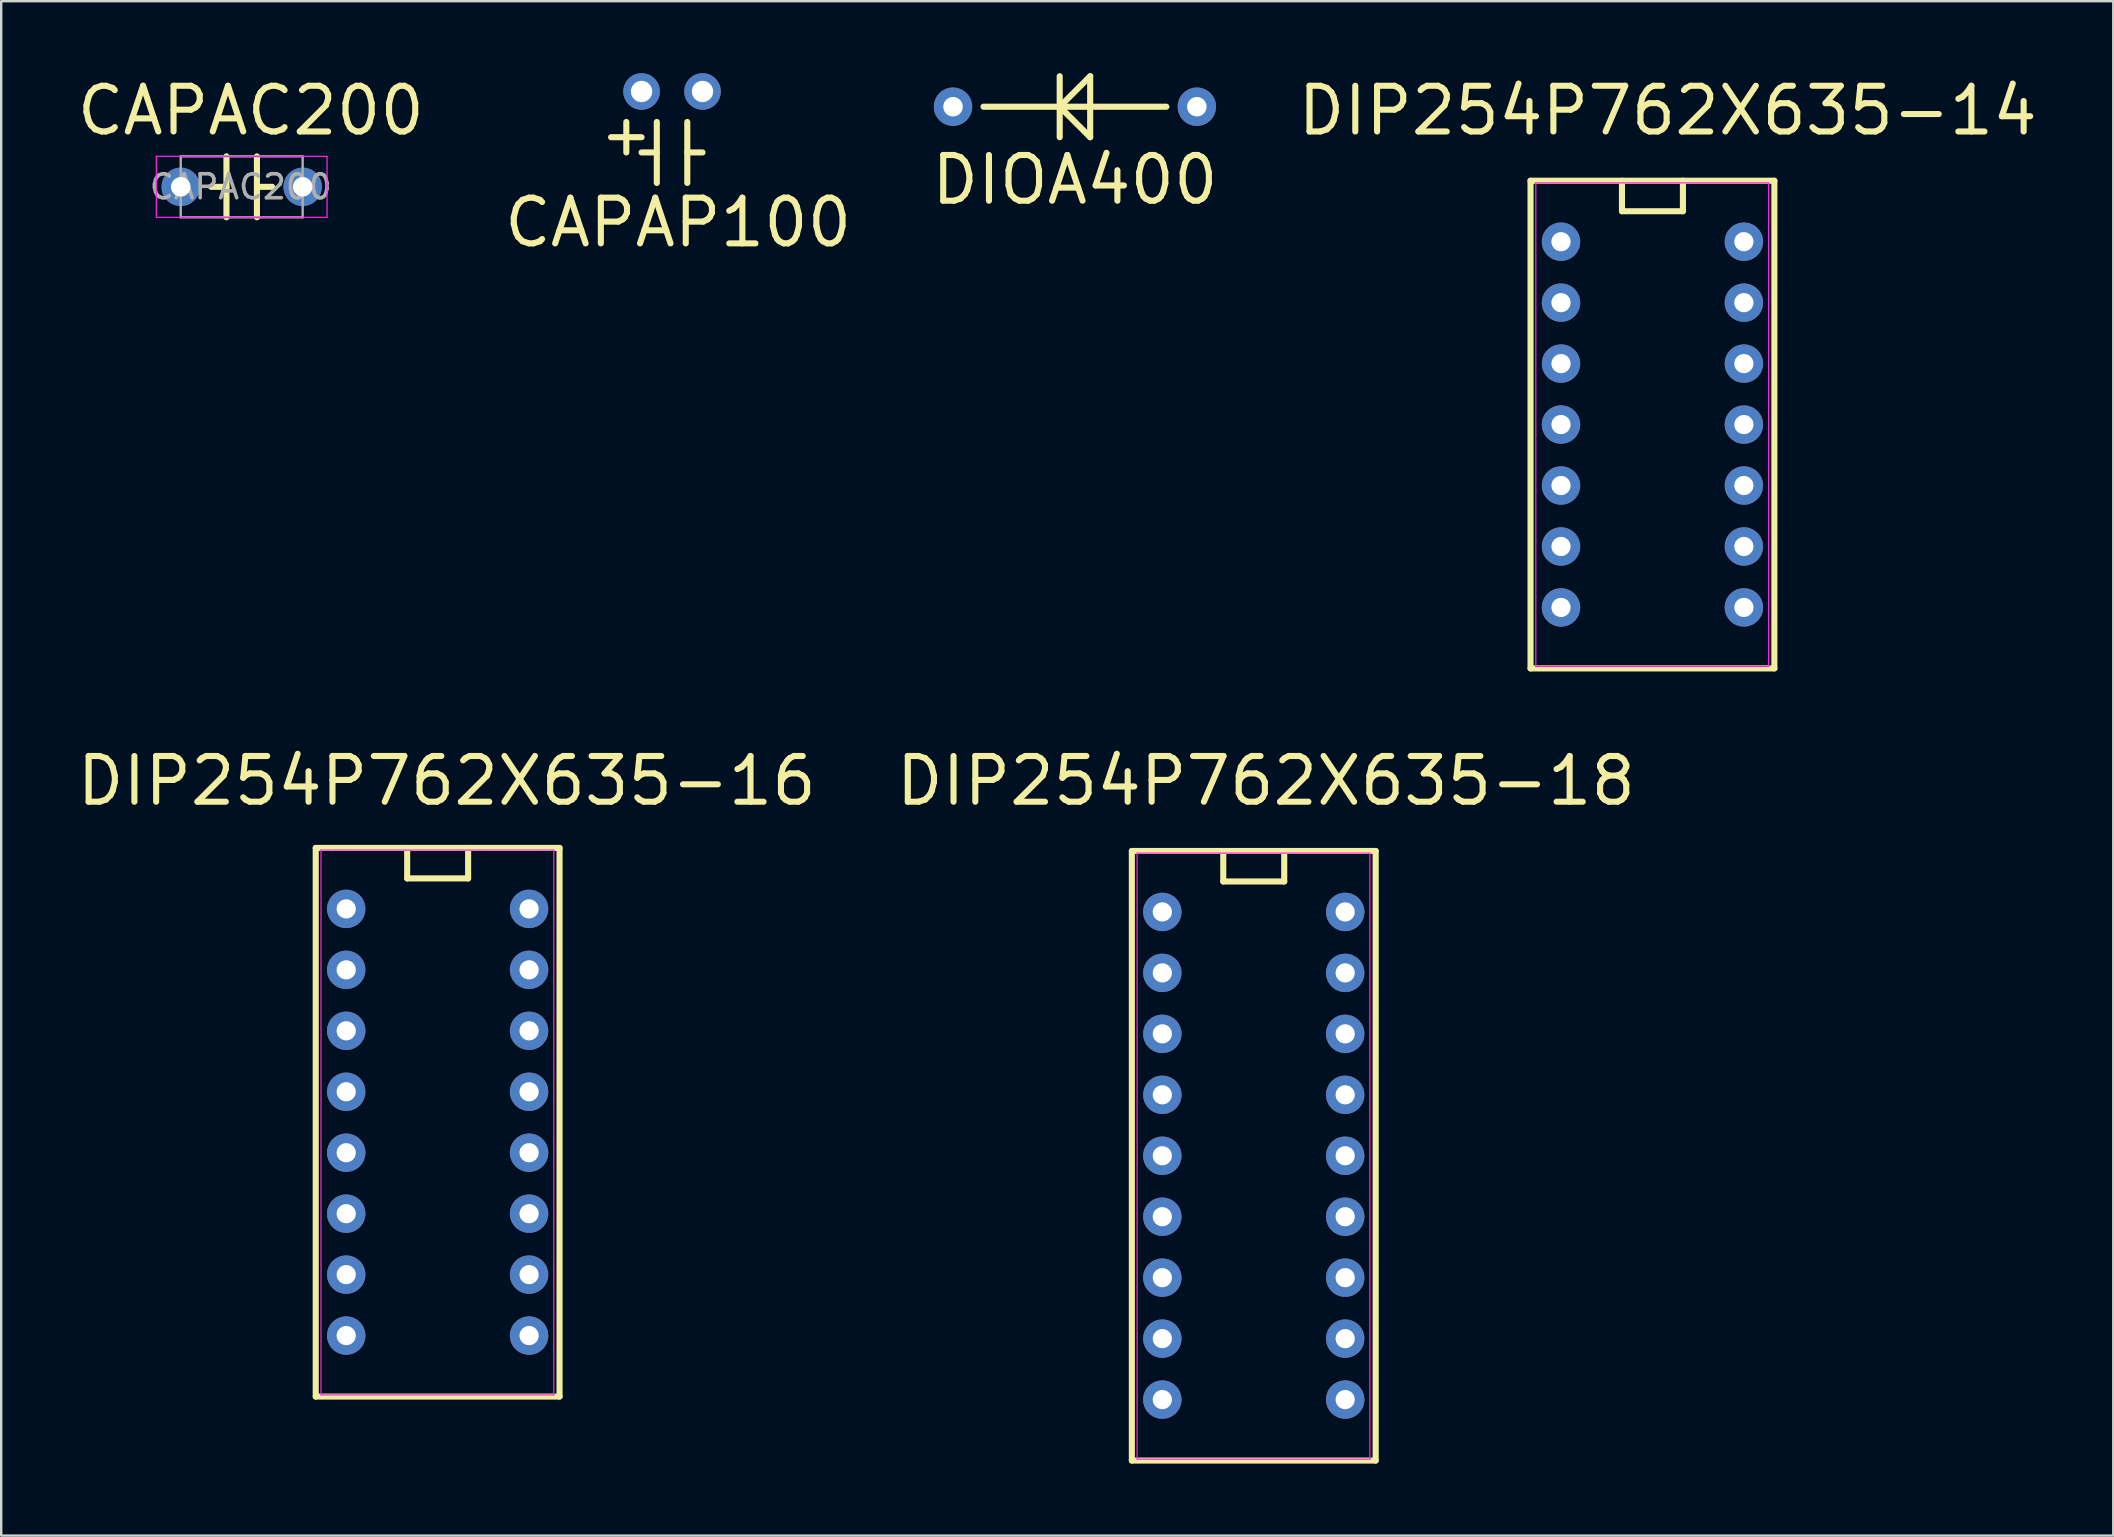
<source format=kicad_pcb>
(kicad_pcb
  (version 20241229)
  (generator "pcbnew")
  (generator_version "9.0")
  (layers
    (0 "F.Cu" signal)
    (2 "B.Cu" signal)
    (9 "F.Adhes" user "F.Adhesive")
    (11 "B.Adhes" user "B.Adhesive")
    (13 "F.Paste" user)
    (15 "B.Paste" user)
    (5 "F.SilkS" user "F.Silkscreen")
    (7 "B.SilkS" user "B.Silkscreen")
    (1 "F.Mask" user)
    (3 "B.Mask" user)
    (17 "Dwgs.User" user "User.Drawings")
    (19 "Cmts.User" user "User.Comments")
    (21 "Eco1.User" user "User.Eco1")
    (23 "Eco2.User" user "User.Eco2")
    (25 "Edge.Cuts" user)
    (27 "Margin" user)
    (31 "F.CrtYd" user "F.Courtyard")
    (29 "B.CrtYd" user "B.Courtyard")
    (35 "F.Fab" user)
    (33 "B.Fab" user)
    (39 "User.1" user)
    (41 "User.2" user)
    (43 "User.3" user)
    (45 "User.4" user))
  (footprint "CAPAC200"
    (layer "F.Cu")
    (at 4.481 4.735)
    (property "Reference" "CAPAC200" (at 2.921 -3.175 180) (layer "F.SilkS") (effects (font (size 1.905 1.905) (thickness 0.254))))
    (attr through_hole)
    (fp_line (start 1.27 0) (end 1.905 0) (stroke (width 0.254) (type solid)) (layer "F.SilkS"))
    (fp_line (start 1.905 -1.27) (end 1.905 1.27) (stroke (width 0.254) (type solid)) (layer "F.SilkS"))
    (fp_line (start 3.175 -1.27) (end 3.175 1.27) (stroke (width 0.254) (type solid)) (layer "F.SilkS"))
    (fp_line (start 3.81 0) (end 3.175 0) (stroke (width 0.254) (type solid)) (layer "F.SilkS"))
    (fp_line (start -1.016 -1.27) (end -1.016 1.27) (stroke (width 0.05) (type solid)) (layer "F.CrtYd"))
    (fp_line (start -1.016 1.27) (end 6.096 1.27) (stroke (width 0.05) (type solid)) (layer "F.CrtYd"))
    (fp_line (start 6.096 -1.27) (end -1.016 -1.27) (stroke (width 0.05) (type solid)) (layer "F.CrtYd"))
    (fp_line (start 6.096 1.27) (end 6.096 -1.27) (stroke (width 0.05) (type solid)) (layer "F.CrtYd"))
    (fp_line (start 0 -1.27) (end 0 1.27) (stroke (width 0.1) (type solid)) (layer "F.Fab"))
    (fp_line (start 0 1.27) (end 5.08 1.27) (stroke (width 0.1) (type solid)) (layer "F.Fab"))
    (fp_line (start 5.08 -1.27) (end 0 -1.27) (stroke (width 0.1) (type solid)) (layer "F.Fab"))
    (fp_line (start 5.08 1.27) (end 5.08 -1.27) (stroke (width 0.1) (type solid)) (layer "F.Fab"))
    (fp_text user "${REFERENCE}" (at 2.5 0 0) (layer "F.Fab") (effects (font (size 1 1) (thickness 0.15))))
    (pad "1" thru_hole circle (at 0 0) (size 1.6 1.6) (drill 0.813) (layers "*.Cu" "*.Mask"))
    (pad "2" thru_hole circle (at 5.08 0) (size 1.6 1.6) (drill 0.813) (layers "*.Cu" "*.Mask")))
  (footprint "DIP254P762X635-16"
    (layer "F.Cu")
    (at 11.376 34.822)
    (property "Reference" "DIP254P762X635-16" (at 4.191 -5.334 0) (layer "F.SilkS") (effects (font (size 1.905 1.905) (thickness 0.254))))
    (attr through_hole)
    (fp_line (start -1.27 -2.54) (end 8.89 -2.54) (stroke (width 0.254) (type solid)) (layer "F.SilkS"))
    (fp_line (start -1.27 20.32) (end -1.27 -2.54) (stroke (width 0.254) (type solid)) (layer "F.SilkS"))
    (fp_line (start 2.54 -2.54) (end 2.54 -1.27) (stroke (width 0.254) (type solid)) (layer "F.SilkS"))
    (fp_line (start 2.54 -1.27) (end 5.08 -1.27) (stroke (width 0.254) (type solid)) (layer "F.SilkS"))
    (fp_line (start 5.08 -1.27) (end 5.08 -2.54) (stroke (width 0.254) (type solid)) (layer "F.SilkS"))
    (fp_line (start 8.89 -2.54) (end 8.89 20.32) (stroke (width 0.254) (type solid)) (layer "F.SilkS"))
    (fp_line (start 8.89 20.32) (end -1.27 20.32) (stroke (width 0.254) (type solid)) (layer "F.SilkS"))
    (fp_line (start -1.05 -2.45) (end -1.05 20.25) (stroke (width 0.05) (type solid)) (layer "F.CrtYd"))
    (fp_line (start -1.05 -2.45) (end 8.65 -2.45) (stroke (width 0.05) (type solid)) (layer "F.CrtYd"))
    (fp_line (start -1.05 20.25) (end 8.65 20.25) (stroke (width 0.05) (type solid)) (layer "F.CrtYd"))
    (fp_line (start 8.65 -2.45) (end 8.65 20.25) (stroke (width 0.05) (type solid)) (layer "F.CrtYd"))
    (pad "1" thru_hole circle (at 0 0) (size 1.6 1.6) (drill 0.8) (layers "*.Cu" "*.Mask"))
    (pad "2" thru_hole oval (at 0 2.54) (size 1.6 1.6) (drill 0.8) (layers "*.Cu" "*.Mask"))
    (pad "3" thru_hole oval (at 0 5.08) (size 1.6 1.6) (drill 0.8) (layers "*.Cu" "*.Mask"))
    (pad "4" thru_hole oval (at 0 7.62) (size 1.6 1.6) (drill 0.8) (layers "*.Cu" "*.Mask"))
    (pad "5" thru_hole oval (at 0 10.16) (size 1.6 1.6) (drill 0.8) (layers "*.Cu" "*.Mask"))
    (pad "6" thru_hole oval (at 0 12.7) (size 1.6 1.6) (drill 0.8) (layers "*.Cu" "*.Mask"))
    (pad "7" thru_hole oval (at 0 15.24) (size 1.6 1.6) (drill 0.8) (layers "*.Cu" "*.Mask"))
    (pad "8" thru_hole oval (at 0 17.78) (size 1.6 1.6) (drill 0.8) (layers "*.Cu" "*.Mask"))
    (pad "9" thru_hole oval (at 7.62 17.78) (size 1.6 1.6) (drill 0.8) (layers "*.Cu" "*.Mask"))
    (pad "10" thru_hole oval (at 7.62 15.24) (size 1.6 1.6) (drill 0.8) (layers "*.Cu" "*.Mask"))
    (pad "11" thru_hole oval (at 7.62 12.7) (size 1.6 1.6) (drill 0.8) (layers "*.Cu" "*.Mask"))
    (pad "12" thru_hole oval (at 7.62 10.16) (size 1.6 1.6) (drill 0.8) (layers "*.Cu" "*.Mask"))
    (pad "13" thru_hole oval (at 7.62 7.62) (size 1.6 1.6) (drill 0.8) (layers "*.Cu" "*.Mask"))
    (pad "14" thru_hole oval (at 7.62 5.08) (size 1.6 1.6) (drill 0.8) (layers "*.Cu" "*.Mask"))
    (pad "15" thru_hole oval (at 7.62 2.54) (size 1.6 1.6) (drill 0.8) (layers "*.Cu" "*.Mask"))
    (pad "16" thru_hole oval (at 7.62 0) (size 1.6 1.6) (drill 0.8) (layers "*.Cu" "*.Mask")))
  (footprint "DIP254P762X635-18"
    (layer "F.Cu")
    (at 45.382 34.949)
    (property "Reference" "DIP254P762X635-18" (at 4.318 -5.461 0) (layer "F.SilkS") (effects (font (size 1.905 1.905) (thickness 0.254))))
    (attr through_hole)
    (fp_line (start -1.27 -2.54) (end -1.27 22.86) (stroke (width 0.254) (type solid)) (layer "F.SilkS"))
    (fp_line (start -1.27 22.86) (end 8.89 22.86) (stroke (width 0.254) (type solid)) (layer "F.SilkS"))
    (fp_line (start 2.54 -2.54) (end 2.54 -1.27) (stroke (width 0.254) (type solid)) (layer "F.SilkS"))
    (fp_line (start 2.54 -1.27) (end 5.08 -1.27) (stroke (width 0.254) (type solid)) (layer "F.SilkS"))
    (fp_line (start 5.08 -1.27) (end 5.08 -2.54) (stroke (width 0.254) (type solid)) (layer "F.SilkS"))
    (fp_line (start 8.89 -2.54) (end -1.27 -2.54) (stroke (width 0.254) (type solid)) (layer "F.SilkS"))
    (fp_line (start 8.89 22.86) (end 8.89 -2.54) (stroke (width 0.254) (type solid)) (layer "F.SilkS"))
    (fp_line (start -1.05 -2.45) (end -1.05 22.8) (stroke (width 0.05) (type solid)) (layer "F.CrtYd"))
    (fp_line (start -1.05 -2.45) (end 8.65 -2.45) (stroke (width 0.05) (type solid)) (layer "F.CrtYd"))
    (fp_line (start -1.05 22.8) (end 8.65 22.8) (stroke (width 0.05) (type solid)) (layer "F.CrtYd"))
    (fp_line (start 8.65 -2.45) (end 8.65 22.8) (stroke (width 0.05) (type solid)) (layer "F.CrtYd"))
    (pad "1" thru_hole circle (at 0 0) (size 1.6 1.6) (drill 0.8) (layers "*.Cu" "*.Mask"))
    (pad "2" thru_hole oval (at 0 2.54) (size 1.6 1.6) (drill 0.8) (layers "*.Cu" "*.Mask"))
    (pad "3" thru_hole oval (at 0 5.08) (size 1.6 1.6) (drill 0.8) (layers "*.Cu" "*.Mask"))
    (pad "4" thru_hole oval (at 0 7.62) (size 1.6 1.6) (drill 0.8) (layers "*.Cu" "*.Mask"))
    (pad "5" thru_hole oval (at 0 10.16) (size 1.6 1.6) (drill 0.8) (layers "*.Cu" "*.Mask"))
    (pad "6" thru_hole oval (at 0 12.7) (size 1.6 1.6) (drill 0.8) (layers "*.Cu" "*.Mask"))
    (pad "7" thru_hole oval (at 0 15.24) (size 1.6 1.6) (drill 0.8) (layers "*.Cu" "*.Mask"))
    (pad "8" thru_hole oval (at 0 17.78) (size 1.6 1.6) (drill 0.8) (layers "*.Cu" "*.Mask"))
    (pad "9" thru_hole oval (at 0 20.32) (size 1.6 1.6) (drill 0.8) (layers "*.Cu" "*.Mask"))
    (pad "10" thru_hole oval (at 7.62 20.32) (size 1.6 1.6) (drill 0.8) (layers "*.Cu" "*.Mask"))
    (pad "11" thru_hole oval (at 7.62 17.78) (size 1.6 1.6) (drill 0.8) (layers "*.Cu" "*.Mask"))
    (pad "12" thru_hole oval (at 7.62 15.24) (size 1.6 1.6) (drill 0.8) (layers "*.Cu" "*.Mask"))
    (pad "13" thru_hole oval (at 7.62 12.7) (size 1.6 1.6) (drill 0.8) (layers "*.Cu" "*.Mask"))
    (pad "14" thru_hole oval (at 7.62 10.16) (size 1.6 1.6) (drill 0.8) (layers "*.Cu" "*.Mask"))
    (pad "15" thru_hole oval (at 7.62 7.62) (size 1.6 1.6) (drill 0.8) (layers "*.Cu" "*.Mask"))
    (pad "16" thru_hole oval (at 7.62 5.08) (size 1.6 1.6) (drill 0.8) (layers "*.Cu" "*.Mask"))
    (pad "17" thru_hole oval (at 7.62 2.54) (size 1.6 1.6) (drill 0.8) (layers "*.Cu" "*.Mask"))
    (pad "18" thru_hole oval (at 7.62 0) (size 1.6 1.6) (drill 0.8) (layers "*.Cu" "*.Mask")))
  (footprint "DIOA400"
    (layer "F.Cu")
    (at 36.661 1.397)
    (property "Reference" "DIOA400" (at 5.08 3.048 0) (layer "F.SilkS") (effects (font (size 1.905 1.905) (thickness 0.254))))
    (attr through_hole)
    (fp_line (start 4.445 -1.27) (end 4.445 1.27) (stroke (width 0.254) (type solid)) (layer "F.SilkS"))
    (fp_line (start 4.445 0) (end 5.715 1.27) (stroke (width 0.254) (type solid)) (layer "F.SilkS"))
    (fp_line (start 5.715 -1.27) (end 4.445 0) (stroke (width 0.254) (type solid)) (layer "F.SilkS"))
    (fp_line (start 5.715 1.27) (end 5.715 -1.27) (stroke (width 0.254) (type solid)) (layer "F.SilkS"))
    (fp_line (start 8.89 0) (end 1.27 0) (stroke (width 0.254) (type solid)) (layer "F.SilkS"))
    (pad "1" thru_hole circle (at 0 0) (size 1.6 1.6) (drill 0.813) (layers "*.Cu" "*.Mask"))
    (pad "2" thru_hole circle (at 10.16 0) (size 1.6 1.6) (drill 0.813) (layers "*.Cu" "*.Mask")))
  (footprint "CAPAP100"
    (layer "F.Cu")
    (at 23.683 0.762)
    (property "Reference" "CAPAP100" (at 1.524 5.461 180) (layer "F.SilkS") (effects (font (size 1.905 1.905) (thickness 0.254))))
    (attr through_hole)
    (fp_line (start -1.27 1.905) (end 0 1.905) (stroke (width 0.254) (type solid)) (layer "F.SilkS"))
    (fp_line (start -0.635 1.27) (end -0.635 2.54) (stroke (width 0.254) (type solid)) (layer "F.SilkS"))
    (fp_line (start 0 2.54) (end 0.635 2.54) (stroke (width 0.254) (type solid)) (layer "F.SilkS"))
    (fp_line (start 0.635 1.27) (end 0.635 3.81) (stroke (width 0.254) (type solid)) (layer "F.SilkS"))
    (fp_line (start 1.905 1.27) (end 1.905 3.81) (stroke (width 0.254) (type solid)) (layer "F.SilkS"))
    (fp_line (start 2.54 2.54) (end 1.905 2.54) (stroke (width 0.254) (type solid)) (layer "F.SilkS"))
    (pad "1" thru_hole circle (at 0 0) (size 1.524 1.524) (drill 0.889) (layers "*.Cu" "*.Mask"))
    (pad "2" thru_hole circle (at 2.54 0) (size 1.524 1.524) (drill 0.889) (layers "*.Cu" "*.Mask")))
  (footprint "DIP254P762X635-14"
    (layer "F.Cu")
    (at 61.995 7.021)
    (property "Reference" "DIP254P762X635-14" (at 4.445 -5.461 0) (layer "F.SilkS") (effects (font (size 1.905 1.905) (thickness 0.254))))
    (attr through_hole)
    (fp_line (start -1.27 -2.54) (end -1.27 17.78) (stroke (width 0.254) (type solid)) (layer "F.SilkS"))
    (fp_line (start -1.27 17.78) (end 8.89 17.78) (stroke (width 0.254) (type solid)) (layer "F.SilkS"))
    (fp_line (start 2.54 -2.54) (end 2.54 -1.27) (stroke (width 0.254) (type solid)) (layer "F.SilkS"))
    (fp_line (start 2.54 -1.27) (end 5.08 -1.27) (stroke (width 0.254) (type solid)) (layer "F.SilkS"))
    (fp_line (start 5.08 -1.27) (end 5.08 -2.54) (stroke (width 0.254) (type solid)) (layer "F.SilkS"))
    (fp_line (start 8.89 -2.54) (end -1.27 -2.54) (stroke (width 0.254) (type solid)) (layer "F.SilkS"))
    (fp_line (start 8.89 17.78) (end 8.89 -2.54) (stroke (width 0.254) (type solid)) (layer "F.SilkS"))
    (fp_line (start -1.05 -2.45) (end -1.05 17.7) (stroke (width 0.05) (type solid)) (layer "F.CrtYd"))
    (fp_line (start -1.05 -2.45) (end 8.65 -2.45) (stroke (width 0.05) (type solid)) (layer "F.CrtYd"))
    (fp_line (start -1.05 17.7) (end 8.65 17.7) (stroke (width 0.05) (type solid)) (layer "F.CrtYd"))
    (fp_line (start 8.65 -2.45) (end 8.65 17.7) (stroke (width 0.05) (type solid)) (layer "F.CrtYd"))
    (pad "1" thru_hole circle (at 0 0) (size 1.6 1.6) (drill 0.8) (layers "*.Cu" "*.Mask"))
    (pad "2" thru_hole oval (at 0 2.54) (size 1.6 1.6) (drill 0.8) (layers "*.Cu" "*.Mask"))
    (pad "3" thru_hole oval (at 0 5.08) (size 1.6 1.6) (drill 0.8) (layers "*.Cu" "*.Mask"))
    (pad "4" thru_hole oval (at 0 7.62) (size 1.6 1.6) (drill 0.8) (layers "*.Cu" "*.Mask"))
    (pad "5" thru_hole oval (at 0 10.16) (size 1.6 1.6) (drill 0.8) (layers "*.Cu" "*.Mask"))
    (pad "6" thru_hole oval (at 0 12.7) (size 1.6 1.6) (drill 0.8) (layers "*.Cu" "*.Mask"))
    (pad "7" thru_hole oval (at 0 15.24) (size 1.6 1.6) (drill 0.8) (layers "*.Cu" "*.Mask"))
    (pad "8" thru_hole oval (at 7.62 15.24) (size 1.6 1.6) (drill 0.8) (layers "*.Cu" "*.Mask"))
    (pad "9" thru_hole oval (at 7.62 12.7) (size 1.6 1.6) (drill 0.8) (layers "*.Cu" "*.Mask"))
    (pad "10" thru_hole oval (at 7.62 10.16) (size 1.6 1.6) (drill 0.8) (layers "*.Cu" "*.Mask"))
    (pad "11" thru_hole oval (at 7.62 7.62) (size 1.6 1.6) (drill 0.8) (layers "*.Cu" "*.Mask"))
    (pad "12" thru_hole oval (at 7.62 5.08) (size 1.6 1.6) (drill 0.8) (layers "*.Cu" "*.Mask"))
    (pad "13" thru_hole oval (at 7.62 2.54) (size 1.6 1.6) (drill 0.8) (layers "*.Cu" "*.Mask"))
    (pad "14" thru_hole oval (at 7.62 0) (size 1.6 1.6) (drill 0.8) (layers "*.Cu" "*.Mask")))
  (gr_rect
    (start -3 -3)
    (end 85.007 60.936)
    (stroke (width 0.1) (type default))
    (fill no)
    (layer "Edge.Cuts")))
</source>
